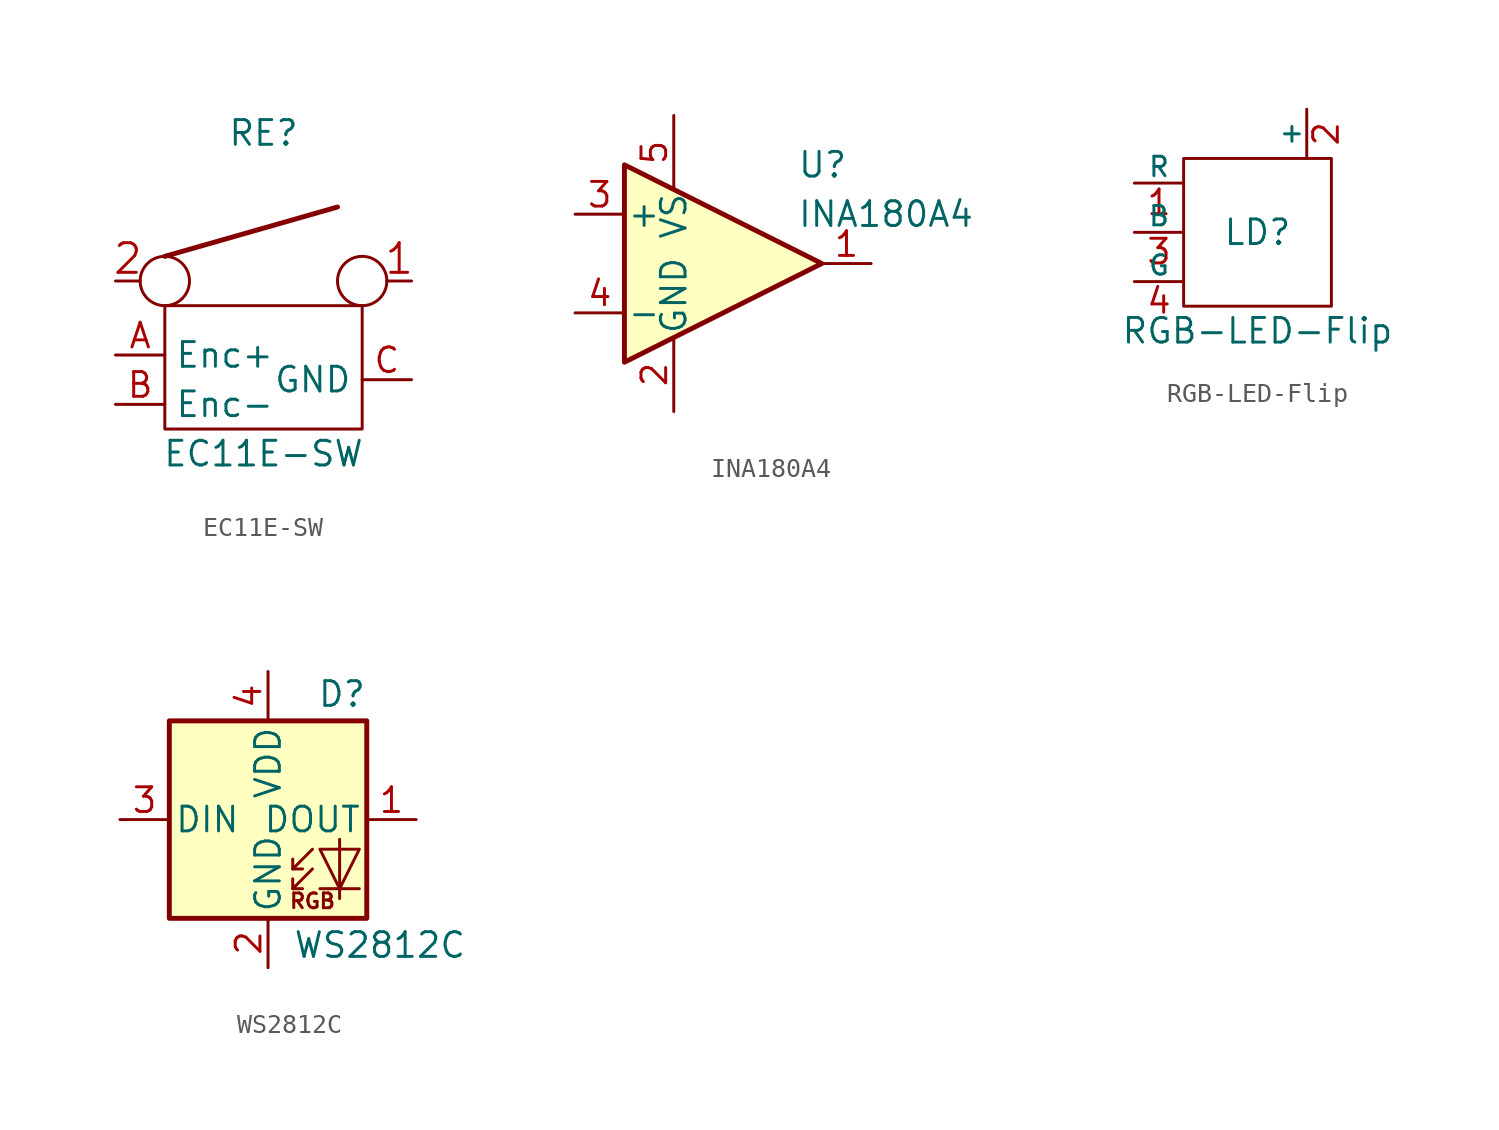
<source format=kicad_sym>
(kicad_symbol_lib
  (version 20211014)
  (generator kicad_symbol_editor)
  (symbol "EC11E-SW"
    (property "Reference" "RE"
      (at 0 7.62 0)
      (effects (font (size 1.27 1.27))))
    (property "Value" "EC11E-SW"
      (at 0 -8.89 0)
      (effects (font (size 1.27 1.27))))
    (symbol "EC11E-SW_0_1"
      (rectangle (start -5.08 -1.27) (end 5.08 -7.62) (stroke (width 0) (type default) (color 0 0 0 0)) (fill (type none)))
      (circle (center -5.08 0) (radius 1.27) (stroke (width 0) (type default) (color 0 0 0 0)) (fill (type none)))
      (polyline (pts (xy -5.08 1.27) (xy 3.81 3.81)) (stroke (width 0.254) (type default) (color 0 0 0 0)) (fill (type none)))
      (circle (center 5.08 0) (radius 1.27) (stroke (width 0) (type default) (color 0 0 0 0)) (fill (type none))))
    (symbol "EC11E-SW_1_1"
      (pin passive line (at 7.62 0 180) (length 1.27) (name "~" (effects (font (size 1.524 1.524)))) (number "1" (effects (font (size 1.524 1.524)))))
      (pin passive line (at -7.62 0 0) (length 1.27) (name "~" (effects (font (size 1.524 1.524)))) (number "2" (effects (font (size 1.524 1.524)))))
      (pin output line (at -7.62 -3.81 0) (length 2.54) (name "Enc+" (effects (font (size 1.27 1.27)))) (number "A" (effects (font (size 1.27 1.27)))))
      (pin output line (at -7.62 -6.35 0) (length 2.54) (name "Enc-" (effects (font (size 1.27 1.27)))) (number "B" (effects (font (size 1.27 1.27)))))
      (pin power_in line (at 7.62 -5.08 180) (length 2.54) (name "GND" (effects (font (size 1.27 1.27)))) (number "C" (effects (font (size 1.27 1.27)))))))
  (symbol "INA180A4"
    (pin_names
      (offset 0.127))
    (property "Reference" "U"
      (at 3.81 5.08 0)
      (effects (font (size 1.27 1.27)) (justify left)))
    (property "Value" "INA180A4"
      (at 3.81 2.54 0)
      (effects (font (size 1.27 1.27)) (justify left)))
    (symbol "INA180A4_0_1"
      (polyline (pts (xy -5.08 5.08) (xy 5.08 0) (xy -5.08 -5.08) (xy -5.08 5.08)) (stroke (width 0.254) (type default) (color 0 0 0 0)) (fill (type background))))
    (symbol "INA180A4_1_1"
      (pin output line (at 7.62 0 180) (length 2.54) (name "~" (effects (font (size 1.27 1.27)))) (number "1" (effects (font (size 1.27 1.27)))))
      (pin power_in line (at -2.54 -7.62 90) (length 3.81) (name "GND" (effects (font (size 1.27 1.27)))) (number "2" (effects (font (size 1.27 1.27)))))
      (pin input line (at -7.62 2.54 0) (length 2.54) (name "+" (effects (font (size 1.27 1.27)))) (number "3" (effects (font (size 1.27 1.27)))))
      (pin input line (at -7.62 -2.54 0) (length 2.54) (name "-" (effects (font (size 1.27 1.27)))) (number "4" (effects (font (size 1.27 1.27)))))
      (pin power_in line (at -2.54 7.62 270) (length 3.81) (name "VS" (effects (font (size 1.27 1.27)))) (number "5" (effects (font (size 1.27 1.27)))))))
  (symbol "RGB-LED-Flip"
    (pin_names
      (offset 0))
    (property "Reference" "LD"
      (at 0 0 0)
      (effects (font (size 1.27 1.27))))
    (property "Value" "RGB-LED-Flip"
      (at 0 -5.08 0)
      (effects (font (size 1.27 1.27))))
    (symbol "RGB-LED-Flip_0_1"
      (rectangle (start -3.81 3.81) (end 3.81 -3.81) (stroke (width 0) (type default) (color 0 0 0 0)) (fill (type none))))
    (symbol "RGB-LED-Flip_1_1"
      (pin input line (at -6.35 2.54 0) (length 2.54) (name "R" (effects (font (size 1 1)))) (number "1" (effects (font (size 1.27 1.27)))))
      (pin input line (at 2.54 6.35 270) (length 2.54) (name "+" (effects (font (size 1 1)))) (number "2" (effects (font (size 1.27 1.27)))))
      (pin input line (at -6.35 0 0) (length 2.54) (name "B" (effects (font (size 1 1)))) (number "3" (effects (font (size 1.27 1.27)))))
      (pin input line (at -6.35 -2.54 0) (length 2.54) (name "G" (effects (font (size 1 1)))) (number "4" (effects (font (size 1.27 1.27)))))))
  (symbol "WS2812C"
    (pin_names
      (offset 0.254))
    (property "Reference" "D"
      (at 5.08 5.715 0)
      (effects (font (size 1.27 1.27)) (justify right bottom)))
    (property "Value" "WS2812C"
      (at 1.27 -5.715 0)
      (effects (font (size 1.27 1.27)) (justify left top)))
    (symbol "WS2812C_0_0"
      (text "RGB" (at 2.286 -4.191 0) (effects (font (size 0.762 0.762)))))
    (symbol "WS2812C_0_1"
      (polyline (pts (xy 1.27 -3.556) (xy 1.778 -3.556)) (stroke (width 0) (type default) (color 0 0 0 0)) (fill (type none)))
      (polyline (pts (xy 1.27 -2.54) (xy 1.778 -2.54)) (stroke (width 0) (type default) (color 0 0 0 0)) (fill (type none)))
      (polyline (pts (xy 4.699 -3.556) (xy 2.667 -3.556)) (stroke (width 0) (type default) (color 0 0 0 0)) (fill (type none)))
      (polyline (pts (xy 2.286 -2.54) (xy 1.27 -3.556) (xy 1.27 -3.048)) (stroke (width 0) (type default) (color 0 0 0 0)) (fill (type none)))
      (polyline (pts (xy 2.286 -1.524) (xy 1.27 -2.54) (xy 1.27 -2.032)) (stroke (width 0) (type default) (color 0 0 0 0)) (fill (type none)))
      (polyline (pts (xy 3.683 -1.016) (xy 3.683 -3.556) (xy 3.683 -4.064)) (stroke (width 0) (type default) (color 0 0 0 0)) (fill (type none)))
      (polyline (pts (xy 4.699 -1.524) (xy 2.667 -1.524) (xy 3.683 -3.556) (xy 4.699 -1.524)) (stroke (width 0) (type default) (color 0 0 0 0)) (fill (type none)))
      (rectangle (start 5.08 5.08) (end -5.08 -5.08) (stroke (width 0.254) (type default) (color 0 0 0 0)) (fill (type background))))
    (symbol "WS2812C_1_1"
      (pin output line (at 7.62 0 180) (length 2.54) (name "DOUT" (effects (font (size 1.27 1.27)))) (number "1" (effects (font (size 1.27 1.27)))))
      (pin power_in line (at 0 -7.62 90) (length 2.54) (name "GND" (effects (font (size 1.27 1.27)))) (number "2" (effects (font (size 1.27 1.27)))))
      (pin input line (at -7.62 0 0) (length 2.54) (name "DIN" (effects (font (size 1.27 1.27)))) (number "3" (effects (font (size 1.27 1.27)))))
      (pin power_in line (at 0 7.62 270) (length 2.54) (name "VDD" (effects (font (size 1.27 1.27)))) (number "4" (effects (font (size 1.27 1.27))))))))
</source>
